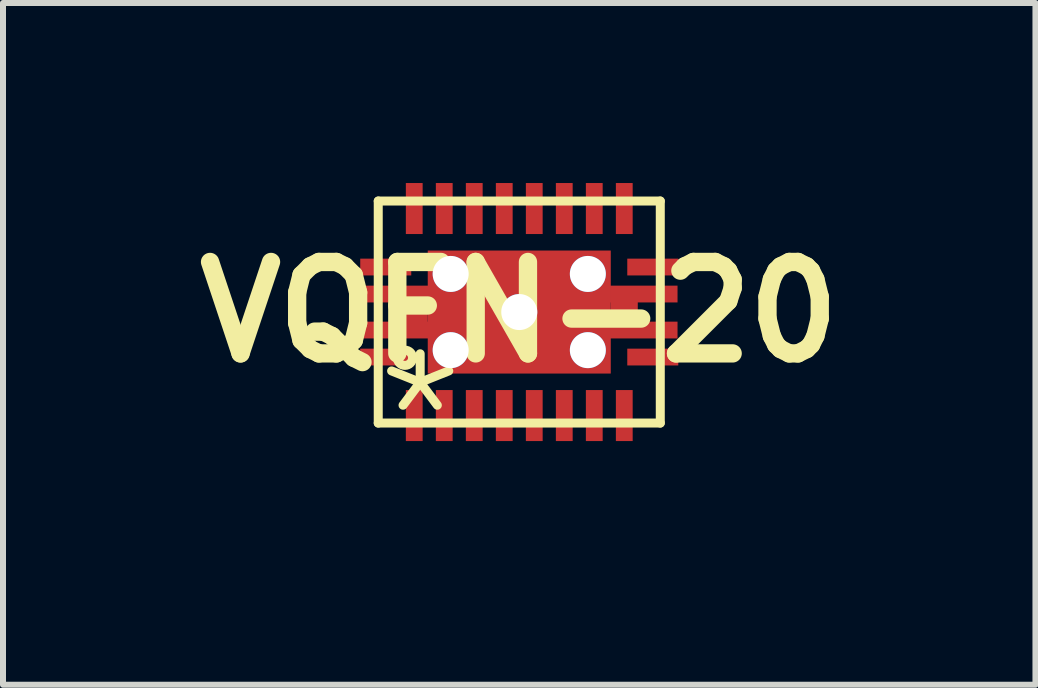
<source format=kicad_pcb>
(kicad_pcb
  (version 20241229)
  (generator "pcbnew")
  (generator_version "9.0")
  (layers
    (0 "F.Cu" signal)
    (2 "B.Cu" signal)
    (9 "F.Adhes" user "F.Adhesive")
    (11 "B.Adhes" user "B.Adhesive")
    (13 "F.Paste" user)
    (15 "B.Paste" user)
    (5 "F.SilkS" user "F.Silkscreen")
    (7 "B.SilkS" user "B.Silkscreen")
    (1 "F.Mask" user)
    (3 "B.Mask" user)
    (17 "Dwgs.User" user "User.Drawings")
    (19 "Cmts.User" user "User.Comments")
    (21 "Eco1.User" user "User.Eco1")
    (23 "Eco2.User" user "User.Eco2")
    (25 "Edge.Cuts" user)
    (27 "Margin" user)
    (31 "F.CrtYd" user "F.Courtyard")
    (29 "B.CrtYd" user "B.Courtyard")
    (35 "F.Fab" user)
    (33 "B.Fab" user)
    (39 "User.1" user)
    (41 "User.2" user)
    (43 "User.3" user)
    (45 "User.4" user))
  (footprint "VQFN-20"
    (layer "F.Cu")
    (at 5.603 2.15)
    (property "Reference" "VQFN-20" (at 0 0 0) (layer "F.SilkS") (effects (font (size 1.524 1.524) (thickness 0.305))))
    (attr through_hole)
    (fp_line (start -2.35 -1.85) (end 2.35 -1.85) (stroke (width 0.15) (type solid)) (layer "F.SilkS"))
    (fp_line (start -2.35 1.85) (end -2.35 -1.85) (stroke (width 0.15) (type solid)) (layer "F.SilkS"))
    (fp_line (start -2.35 1.85) (end 2.35 1.85) (stroke (width 0.15) (type solid)) (layer "F.SilkS"))
    (fp_line (start 2.35 1.85) (end 2.35 -1.85) (stroke (width 0.15) (type solid)) (layer "F.SilkS"))
    (fp_circle (center -1.905 0.762) (end -1.778 0.762) (stroke (width 0.15) (type solid)) (fill no) (layer "F.SilkS"))
    (fp_text user "*" (at -1.651 1.778 0) (layer "F.SilkS") (effects (font (size 2 2) (thickness 0.15))))
    (pad "1" smd rect (at -2.225 0.75) (size 0.85 0.28) (layers "F.Cu" "F.Mask" "F.Paste"))
    (pad "2" smd rect (at -1.75 1.725) (size 0.28 0.85) (layers "F.Cu" "F.Mask" "F.Paste"))
    (pad "3" smd rect (at -1.25 1.725) (size 0.28 0.85) (layers "F.Cu" "F.Mask" "F.Paste"))
    (pad "4" smd rect (at -0.75 1.725) (size 0.28 0.85) (layers "F.Cu" "F.Mask" "F.Paste"))
    (pad "5" smd rect (at -0.25 1.725) (size 0.28 0.85) (layers "F.Cu" "F.Mask" "F.Paste"))
    (pad "6" smd rect (at 0.25 1.725) (size 0.28 0.85) (layers "F.Cu" "F.Mask" "F.Paste"))
    (pad "7" smd rect (at 0.75 1.725) (size 0.28 0.85) (layers "F.Cu" "F.Mask" "F.Paste"))
    (pad "8" smd rect (at 1.25 1.725) (size 0.28 0.85) (layers "F.Cu" "F.Mask" "F.Paste"))
    (pad "9" smd rect (at 1.75 1.725) (size 0.28 0.85) (layers "F.Cu" "F.Mask" "F.Paste"))
    (pad "10" smd rect (at 2.225 0.75) (size 0.85 0.28) (layers "F.Cu" "F.Mask" "F.Paste"))
    (pad "11" smd rect (at 2.225 -0.75) (size 0.85 0.28) (layers "F.Cu" "F.Mask" "F.Paste"))
    (pad "12" smd rect (at 1.75 -1.725) (size 0.28 0.85) (layers "F.Cu" "F.Mask" "F.Paste"))
    (pad "13" smd rect (at 1.25 -1.725) (size 0.28 0.85) (layers "F.Cu" "F.Mask" "F.Paste"))
    (pad "14" smd rect (at 0.75 -1.725) (size 0.28 0.85) (layers "F.Cu" "F.Mask" "F.Paste"))
    (pad "15" smd rect (at 0.25 -1.725) (size 0.28 0.85) (layers "F.Cu" "F.Mask" "F.Paste"))
    (pad "16" smd rect (at -0.25 -1.725) (size 0.28 0.85) (layers "F.Cu" "F.Mask" "F.Paste"))
    (pad "17" smd rect (at -0.75 -1.725) (size 0.28 0.85) (layers "F.Cu" "F.Mask" "F.Paste"))
    (pad "18" smd rect (at -1.25 -1.725) (size 0.28 0.85) (layers "F.Cu" "F.Mask" "F.Paste"))
    (pad "19" smd rect (at -1.75 -1.725) (size 0.28 0.85) (layers "F.Cu" "F.Mask" "F.Paste"))
    (pad "20" smd rect (at -2.225 -0.75) (size 0.85 0.28) (layers "F.Cu" "F.Mask" "F.Paste"))
    (pad "21" smd trapezoid (at -2.075 -0.3) (size 1.125 0.28) (layers "F.Cu" "F.Mask" "F.Paste"))
    (pad "21" smd rect (at -2.075 0.3) (size 1.125 0.28) (layers "F.Cu" "F.Mask" "F.Paste"))
    (pad "21" smd rect (at -1.75 0) (size 0.45 0.4) (layers "F.Cu" "F.Mask" "F.Paste"))
    (pad "21" thru_hole circle (at -1.143 -0.635) (size 0.6 0.6) (drill 0.6) (layers "*.Cu" "*.Mask"))
    (pad "21" thru_hole circle (at -1.143 0.635) (size 0.6 0.6) (drill 0.6) (layers "*.Cu" "*.Mask"))
    (pad "21" thru_hole circle (at 0 0) (size 0.6 0.6) (drill 0.6) (layers "*.Cu" "*.Mask"))
    (pad "21" smd rect (at 0 0) (size 3.05 2.05) (layers "F.Cu" "F.Mask" "F.Paste"))
    (pad "21" thru_hole circle (at 1.143 -0.635) (size 0.6 0.6) (drill 0.6) (layers "*.Cu" "*.Mask"))
    (pad "21" thru_hole circle (at 1.143 0.635) (size 0.6 0.6) (drill 0.6) (layers "*.Cu" "*.Mask"))
    (pad "21" smd rect (at 1.75 0) (size 0.45 0.4) (layers "F.Cu" "F.Mask" "F.Paste"))
    (pad "21" smd rect (at 2.075 -0.3) (size 1.125 0.28) (layers "F.Cu" "F.Mask" "F.Paste"))
    (pad "21" smd rect (at 2.075 0.3) (size 1.125 0.28) (layers "F.Cu" "F.Mask" "F.Paste")))
  (gr_rect
    (start -3 -3)
    (end 14.205 8.361)
    (stroke (width 0.1) (type default))
    (fill no)
    (layer "Edge.Cuts")))
</source>
